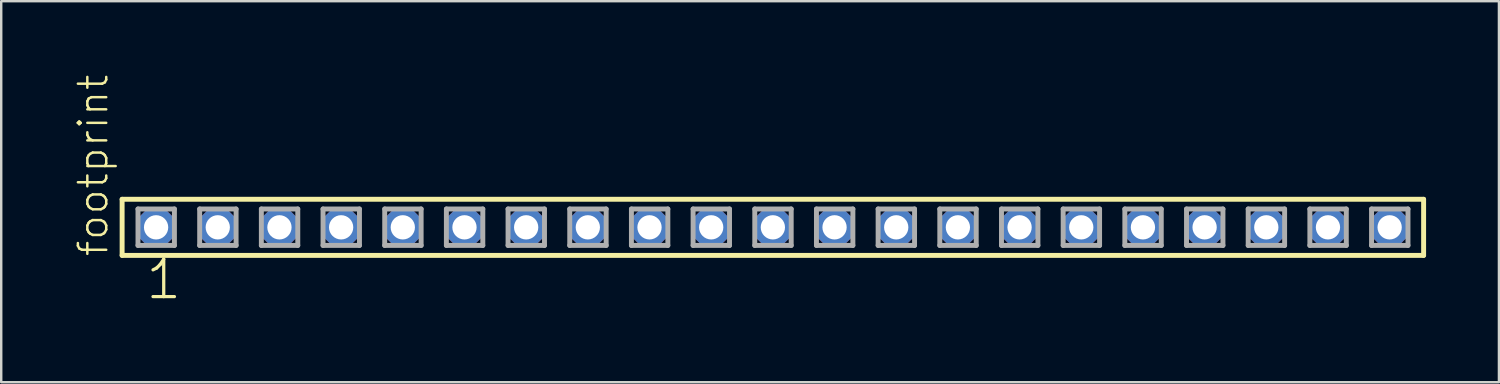
<source format=kicad_pcb>
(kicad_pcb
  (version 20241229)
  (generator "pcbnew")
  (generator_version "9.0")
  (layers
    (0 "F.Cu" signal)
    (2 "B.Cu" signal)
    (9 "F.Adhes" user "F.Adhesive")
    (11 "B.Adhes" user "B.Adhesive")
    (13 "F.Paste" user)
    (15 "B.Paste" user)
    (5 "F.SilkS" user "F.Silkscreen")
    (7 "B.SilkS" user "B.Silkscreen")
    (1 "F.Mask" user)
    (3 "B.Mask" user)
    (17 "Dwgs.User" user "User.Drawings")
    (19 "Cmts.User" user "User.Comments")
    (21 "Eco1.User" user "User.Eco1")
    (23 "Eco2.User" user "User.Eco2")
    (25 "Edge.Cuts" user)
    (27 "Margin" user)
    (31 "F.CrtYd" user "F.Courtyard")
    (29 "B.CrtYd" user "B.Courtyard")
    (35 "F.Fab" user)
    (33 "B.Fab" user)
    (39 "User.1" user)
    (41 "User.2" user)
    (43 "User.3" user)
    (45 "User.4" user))
  (footprint "footprint"
    (layer "F.Cu")
    (at 28.778 6.312)
    (property "Reference" "footprint" (at -27.305 1.27 90) (layer "F.SilkS") (effects (font (size 1.168 1.168) (thickness 0.102)) (justify left bottom)))
    (fp_line (start -26.799 -1.155) (end 26.799 -1.155) (stroke (width 0.203) (type solid)) (layer "F.SilkS"))
    (fp_line (start -26.799 1.155) (end -26.799 -1.155) (stroke (width 0.203) (type solid)) (layer "F.SilkS"))
    (fp_line (start 26.799 -1.155) (end 26.799 1.155) (stroke (width 0.203) (type solid)) (layer "F.SilkS"))
    (fp_line (start 26.799 1.155) (end -26.799 1.155) (stroke (width 0.203) (type solid)) (layer "F.SilkS"))
    (fp_line (start -26.145 -0.755) (end -24.645 -0.755) (stroke (width 0.203) (type solid)) (layer "F.Fab"))
    (fp_line (start -26.145 0.745) (end -26.145 -0.755) (stroke (width 0.203) (type solid)) (layer "F.Fab"))
    (fp_line (start -24.645 -0.755) (end -24.645 0.745) (stroke (width 0.203) (type solid)) (layer "F.Fab"))
    (fp_line (start -24.645 0.745) (end -26.145 0.745) (stroke (width 0.203) (type solid)) (layer "F.Fab"))
    (fp_line (start -23.605 -0.755) (end -22.105 -0.755) (stroke (width 0.203) (type solid)) (layer "F.Fab"))
    (fp_line (start -23.605 0.745) (end -23.605 -0.755) (stroke (width 0.203) (type solid)) (layer "F.Fab"))
    (fp_line (start -22.105 -0.755) (end -22.105 0.745) (stroke (width 0.203) (type solid)) (layer "F.Fab"))
    (fp_line (start -22.105 0.745) (end -23.605 0.745) (stroke (width 0.203) (type solid)) (layer "F.Fab"))
    (fp_line (start -21.065 -0.755) (end -19.565 -0.755) (stroke (width 0.203) (type solid)) (layer "F.Fab"))
    (fp_line (start -21.065 0.745) (end -21.065 -0.755) (stroke (width 0.203) (type solid)) (layer "F.Fab"))
    (fp_line (start -19.565 -0.755) (end -19.565 0.745) (stroke (width 0.203) (type solid)) (layer "F.Fab"))
    (fp_line (start -19.565 0.745) (end -21.065 0.745) (stroke (width 0.203) (type solid)) (layer "F.Fab"))
    (fp_line (start -18.525 -0.755) (end -17.025 -0.755) (stroke (width 0.203) (type solid)) (layer "F.Fab"))
    (fp_line (start -18.525 0.745) (end -18.525 -0.755) (stroke (width 0.203) (type solid)) (layer "F.Fab"))
    (fp_line (start -17.025 -0.755) (end -17.025 0.745) (stroke (width 0.203) (type solid)) (layer "F.Fab"))
    (fp_line (start -17.025 0.745) (end -18.525 0.745) (stroke (width 0.203) (type solid)) (layer "F.Fab"))
    (fp_line (start -15.985 -0.755) (end -14.485 -0.755) (stroke (width 0.203) (type solid)) (layer "F.Fab"))
    (fp_line (start -15.985 0.745) (end -15.985 -0.755) (stroke (width 0.203) (type solid)) (layer "F.Fab"))
    (fp_line (start -14.485 -0.755) (end -14.485 0.745) (stroke (width 0.203) (type solid)) (layer "F.Fab"))
    (fp_line (start -14.485 0.745) (end -15.985 0.745) (stroke (width 0.203) (type solid)) (layer "F.Fab"))
    (fp_line (start -13.445 -0.755) (end -11.945 -0.755) (stroke (width 0.203) (type solid)) (layer "F.Fab"))
    (fp_line (start -13.445 0.745) (end -13.445 -0.755) (stroke (width 0.203) (type solid)) (layer "F.Fab"))
    (fp_line (start -11.945 -0.755) (end -11.945 0.745) (stroke (width 0.203) (type solid)) (layer "F.Fab"))
    (fp_line (start -11.945 0.745) (end -13.445 0.745) (stroke (width 0.203) (type solid)) (layer "F.Fab"))
    (fp_line (start -10.905 -0.755) (end -9.405 -0.755) (stroke (width 0.203) (type solid)) (layer "F.Fab"))
    (fp_line (start -10.905 0.745) (end -10.905 -0.755) (stroke (width 0.203) (type solid)) (layer "F.Fab"))
    (fp_line (start -9.405 -0.755) (end -9.405 0.745) (stroke (width 0.203) (type solid)) (layer "F.Fab"))
    (fp_line (start -9.405 0.745) (end -10.905 0.745) (stroke (width 0.203) (type solid)) (layer "F.Fab"))
    (fp_line (start -8.365 -0.755) (end -6.865 -0.755) (stroke (width 0.203) (type solid)) (layer "F.Fab"))
    (fp_line (start -8.365 0.745) (end -8.365 -0.755) (stroke (width 0.203) (type solid)) (layer "F.Fab"))
    (fp_line (start -6.865 -0.755) (end -6.865 0.745) (stroke (width 0.203) (type solid)) (layer "F.Fab"))
    (fp_line (start -6.865 0.745) (end -8.365 0.745) (stroke (width 0.203) (type solid)) (layer "F.Fab"))
    (fp_line (start -5.825 -0.755) (end -4.325 -0.755) (stroke (width 0.203) (type solid)) (layer "F.Fab"))
    (fp_line (start -5.825 0.745) (end -5.825 -0.755) (stroke (width 0.203) (type solid)) (layer "F.Fab"))
    (fp_line (start -4.325 -0.755) (end -4.325 0.745) (stroke (width 0.203) (type solid)) (layer "F.Fab"))
    (fp_line (start -4.325 0.745) (end -5.825 0.745) (stroke (width 0.203) (type solid)) (layer "F.Fab"))
    (fp_line (start -3.285 -0.755) (end -1.785 -0.755) (stroke (width 0.203) (type solid)) (layer "F.Fab"))
    (fp_line (start -3.285 0.745) (end -3.285 -0.755) (stroke (width 0.203) (type solid)) (layer "F.Fab"))
    (fp_line (start -1.785 -0.755) (end -1.785 0.745) (stroke (width 0.203) (type solid)) (layer "F.Fab"))
    (fp_line (start -1.785 0.745) (end -3.285 0.745) (stroke (width 0.203) (type solid)) (layer "F.Fab"))
    (fp_line (start -0.745 -0.755) (end 0.755 -0.755) (stroke (width 0.203) (type solid)) (layer "F.Fab"))
    (fp_line (start -0.745 0.745) (end -0.745 -0.755) (stroke (width 0.203) (type solid)) (layer "F.Fab"))
    (fp_line (start 0.755 -0.755) (end 0.755 0.745) (stroke (width 0.203) (type solid)) (layer "F.Fab"))
    (fp_line (start 0.755 0.745) (end -0.745 0.745) (stroke (width 0.203) (type solid)) (layer "F.Fab"))
    (fp_line (start 1.795 -0.755) (end 3.295 -0.755) (stroke (width 0.203) (type solid)) (layer "F.Fab"))
    (fp_line (start 1.795 0.745) (end 1.795 -0.755) (stroke (width 0.203) (type solid)) (layer "F.Fab"))
    (fp_line (start 3.295 -0.755) (end 3.295 0.745) (stroke (width 0.203) (type solid)) (layer "F.Fab"))
    (fp_line (start 3.295 0.745) (end 1.795 0.745) (stroke (width 0.203) (type solid)) (layer "F.Fab"))
    (fp_line (start 4.335 -0.755) (end 5.835 -0.755) (stroke (width 0.203) (type solid)) (layer "F.Fab"))
    (fp_line (start 4.335 0.745) (end 4.335 -0.755) (stroke (width 0.203) (type solid)) (layer "F.Fab"))
    (fp_line (start 5.835 -0.755) (end 5.835 0.745) (stroke (width 0.203) (type solid)) (layer "F.Fab"))
    (fp_line (start 5.835 0.745) (end 4.335 0.745) (stroke (width 0.203) (type solid)) (layer "F.Fab"))
    (fp_line (start 6.875 -0.755) (end 8.375 -0.755) (stroke (width 0.203) (type solid)) (layer "F.Fab"))
    (fp_line (start 6.875 0.745) (end 6.875 -0.755) (stroke (width 0.203) (type solid)) (layer "F.Fab"))
    (fp_line (start 8.375 -0.755) (end 8.375 0.745) (stroke (width 0.203) (type solid)) (layer "F.Fab"))
    (fp_line (start 8.375 0.745) (end 6.875 0.745) (stroke (width 0.203) (type solid)) (layer "F.Fab"))
    (fp_line (start 9.415 -0.755) (end 10.915 -0.755) (stroke (width 0.203) (type solid)) (layer "F.Fab"))
    (fp_line (start 9.415 0.745) (end 9.415 -0.755) (stroke (width 0.203) (type solid)) (layer "F.Fab"))
    (fp_line (start 10.915 -0.755) (end 10.915 0.745) (stroke (width 0.203) (type solid)) (layer "F.Fab"))
    (fp_line (start 10.915 0.745) (end 9.415 0.745) (stroke (width 0.203) (type solid)) (layer "F.Fab"))
    (fp_line (start 11.955 -0.755) (end 13.455 -0.755) (stroke (width 0.203) (type solid)) (layer "F.Fab"))
    (fp_line (start 11.955 0.745) (end 11.955 -0.755) (stroke (width 0.203) (type solid)) (layer "F.Fab"))
    (fp_line (start 13.455 -0.755) (end 13.455 0.745) (stroke (width 0.203) (type solid)) (layer "F.Fab"))
    (fp_line (start 13.455 0.745) (end 11.955 0.745) (stroke (width 0.203) (type solid)) (layer "F.Fab"))
    (fp_line (start 14.495 -0.755) (end 15.995 -0.755) (stroke (width 0.203) (type solid)) (layer "F.Fab"))
    (fp_line (start 14.495 0.745) (end 14.495 -0.755) (stroke (width 0.203) (type solid)) (layer "F.Fab"))
    (fp_line (start 15.995 -0.755) (end 15.995 0.745) (stroke (width 0.203) (type solid)) (layer "F.Fab"))
    (fp_line (start 15.995 0.745) (end 14.495 0.745) (stroke (width 0.203) (type solid)) (layer "F.Fab"))
    (fp_line (start 17.035 -0.755) (end 18.535 -0.755) (stroke (width 0.203) (type solid)) (layer "F.Fab"))
    (fp_line (start 17.035 0.745) (end 17.035 -0.755) (stroke (width 0.203) (type solid)) (layer "F.Fab"))
    (fp_line (start 18.535 -0.755) (end 18.535 0.745) (stroke (width 0.203) (type solid)) (layer "F.Fab"))
    (fp_line (start 18.535 0.745) (end 17.035 0.745) (stroke (width 0.203) (type solid)) (layer "F.Fab"))
    (fp_line (start 19.575 -0.755) (end 21.075 -0.755) (stroke (width 0.203) (type solid)) (layer "F.Fab"))
    (fp_line (start 19.575 0.745) (end 19.575 -0.755) (stroke (width 0.203) (type solid)) (layer "F.Fab"))
    (fp_line (start 21.075 -0.755) (end 21.075 0.745) (stroke (width 0.203) (type solid)) (layer "F.Fab"))
    (fp_line (start 21.075 0.745) (end 19.575 0.745) (stroke (width 0.203) (type solid)) (layer "F.Fab"))
    (fp_line (start 22.115 -0.755) (end 23.615 -0.755) (stroke (width 0.203) (type solid)) (layer "F.Fab"))
    (fp_line (start 22.115 0.745) (end 22.115 -0.755) (stroke (width 0.203) (type solid)) (layer "F.Fab"))
    (fp_line (start 23.615 -0.755) (end 23.615 0.745) (stroke (width 0.203) (type solid)) (layer "F.Fab"))
    (fp_line (start 23.615 0.745) (end 22.115 0.745) (stroke (width 0.203) (type solid)) (layer "F.Fab"))
    (fp_line (start 24.655 -0.755) (end 26.155 -0.755) (stroke (width 0.203) (type solid)) (layer "F.Fab"))
    (fp_line (start 24.655 0.745) (end 24.655 -0.755) (stroke (width 0.203) (type solid)) (layer "F.Fab"))
    (fp_line (start 26.155 -0.755) (end 26.155 0.745) (stroke (width 0.203) (type solid)) (layer "F.Fab"))
    (fp_line (start 26.155 0.745) (end 24.655 0.745) (stroke (width 0.203) (type solid)) (layer "F.Fab"))
    (fp_text user "1" (at -25.908 3.048 0) (layer "F.SilkS") (effects (font (size 1.542 1.542) (thickness 0.134)) (justify left bottom)))
    (pad "1" thru_hole roundrect (at -25.4 0) (size 1.5 1.5) (drill 1) (layers "*.Cu" "*.Mask") (roundrect_rratio 0.25) (chamfer_ratio 0.25) (chamfer top_left top_right bottom_left bottom_right))
    (pad "2" thru_hole roundrect (at -22.86 0) (size 1.5 1.5) (drill 1) (layers "*.Cu" "*.Mask") (roundrect_rratio 0.25) (chamfer_ratio 0.25) (chamfer top_left top_right bottom_left bottom_right))
    (pad "3" thru_hole roundrect (at -20.32 0) (size 1.5 1.5) (drill 1) (layers "*.Cu" "*.Mask") (roundrect_rratio 0.25) (chamfer_ratio 0.25) (chamfer top_left top_right bottom_left bottom_right))
    (pad "4" thru_hole roundrect (at -17.78 0) (size 1.5 1.5) (drill 1) (layers "*.Cu" "*.Mask") (roundrect_rratio 0.25) (chamfer_ratio 0.25) (chamfer top_left top_right bottom_left bottom_right))
    (pad "5" thru_hole roundrect (at -15.24 0) (size 1.5 1.5) (drill 1) (layers "*.Cu" "*.Mask") (roundrect_rratio 0.25) (chamfer_ratio 0.25) (chamfer top_left top_right bottom_left bottom_right))
    (pad "6" thru_hole roundrect (at -12.7 0) (size 1.5 1.5) (drill 1) (layers "*.Cu" "*.Mask") (roundrect_rratio 0.25) (chamfer_ratio 0.25) (chamfer top_left top_right bottom_left bottom_right))
    (pad "7" thru_hole roundrect (at -10.16 0) (size 1.5 1.5) (drill 1) (layers "*.Cu" "*.Mask") (roundrect_rratio 0.25) (chamfer_ratio 0.25) (chamfer top_left top_right bottom_left bottom_right))
    (pad "8" thru_hole roundrect (at -7.62 0) (size 1.5 1.5) (drill 1) (layers "*.Cu" "*.Mask") (roundrect_rratio 0.25) (chamfer_ratio 0.25) (chamfer top_left top_right bottom_left bottom_right))
    (pad "9" thru_hole roundrect (at -5.08 0) (size 1.5 1.5) (drill 1) (layers "*.Cu" "*.Mask") (roundrect_rratio 0.25) (chamfer_ratio 0.25) (chamfer top_left top_right bottom_left bottom_right))
    (pad "10" thru_hole roundrect (at -2.54 0) (size 1.5 1.5) (drill 1) (layers "*.Cu" "*.Mask") (roundrect_rratio 0.25) (chamfer_ratio 0.25) (chamfer top_left top_right bottom_left bottom_right))
    (pad "11" thru_hole roundrect (at 0 0) (size 1.5 1.5) (drill 1) (layers "*.Cu" "*.Mask") (roundrect_rratio 0.25) (chamfer_ratio 0.25) (chamfer top_left top_right bottom_left bottom_right))
    (pad "12" thru_hole roundrect (at 2.54 0) (size 1.5 1.5) (drill 1) (layers "*.Cu" "*.Mask") (roundrect_rratio 0.25) (chamfer_ratio 0.25) (chamfer top_left top_right bottom_left bottom_right))
    (pad "13" thru_hole roundrect (at 5.08 0) (size 1.5 1.5) (drill 1) (layers "*.Cu" "*.Mask") (roundrect_rratio 0.25) (chamfer_ratio 0.25) (chamfer top_left top_right bottom_left bottom_right))
    (pad "14" thru_hole roundrect (at 7.62 0) (size 1.5 1.5) (drill 1) (layers "*.Cu" "*.Mask") (roundrect_rratio 0.25) (chamfer_ratio 0.25) (chamfer top_left top_right bottom_left bottom_right))
    (pad "15" thru_hole roundrect (at 10.16 0) (size 1.5 1.5) (drill 1) (layers "*.Cu" "*.Mask") (roundrect_rratio 0.25) (chamfer_ratio 0.25) (chamfer top_left top_right bottom_left bottom_right))
    (pad "16" thru_hole roundrect (at 12.7 0) (size 1.5 1.5) (drill 1) (layers "*.Cu" "*.Mask") (roundrect_rratio 0.25) (chamfer_ratio 0.25) (chamfer top_left top_right bottom_left bottom_right))
    (pad "17" thru_hole roundrect (at 15.24 0) (size 1.5 1.5) (drill 1) (layers "*.Cu" "*.Mask") (roundrect_rratio 0.25) (chamfer_ratio 0.25) (chamfer top_left top_right bottom_left bottom_right))
    (pad "18" thru_hole roundrect (at 17.78 0) (size 1.5 1.5) (drill 1) (layers "*.Cu" "*.Mask") (roundrect_rratio 0.25) (chamfer_ratio 0.25) (chamfer top_left top_right bottom_left bottom_right))
    (pad "19" thru_hole roundrect (at 20.32 0) (size 1.5 1.5) (drill 1) (layers "*.Cu" "*.Mask") (roundrect_rratio 0.25) (chamfer_ratio 0.25) (chamfer top_left top_right bottom_left bottom_right))
    (pad "20" thru_hole roundrect (at 22.86 0) (size 1.5 1.5) (drill 1) (layers "*.Cu" "*.Mask") (roundrect_rratio 0.25) (chamfer_ratio 0.25) (chamfer top_left top_right bottom_left bottom_right))
    (pad "21" thru_hole roundrect (at 25.4 0) (size 1.5 1.5) (drill 1) (layers "*.Cu" "*.Mask") (roundrect_rratio 0.25) (chamfer_ratio 0.25) (chamfer top_left top_right bottom_left bottom_right)))
  (gr_rect
    (start -3 -3)
    (end 58.679 12.691)
    (stroke (width 0.1) (type default))
    (fill no)
    (layer "Edge.Cuts")))
</source>
